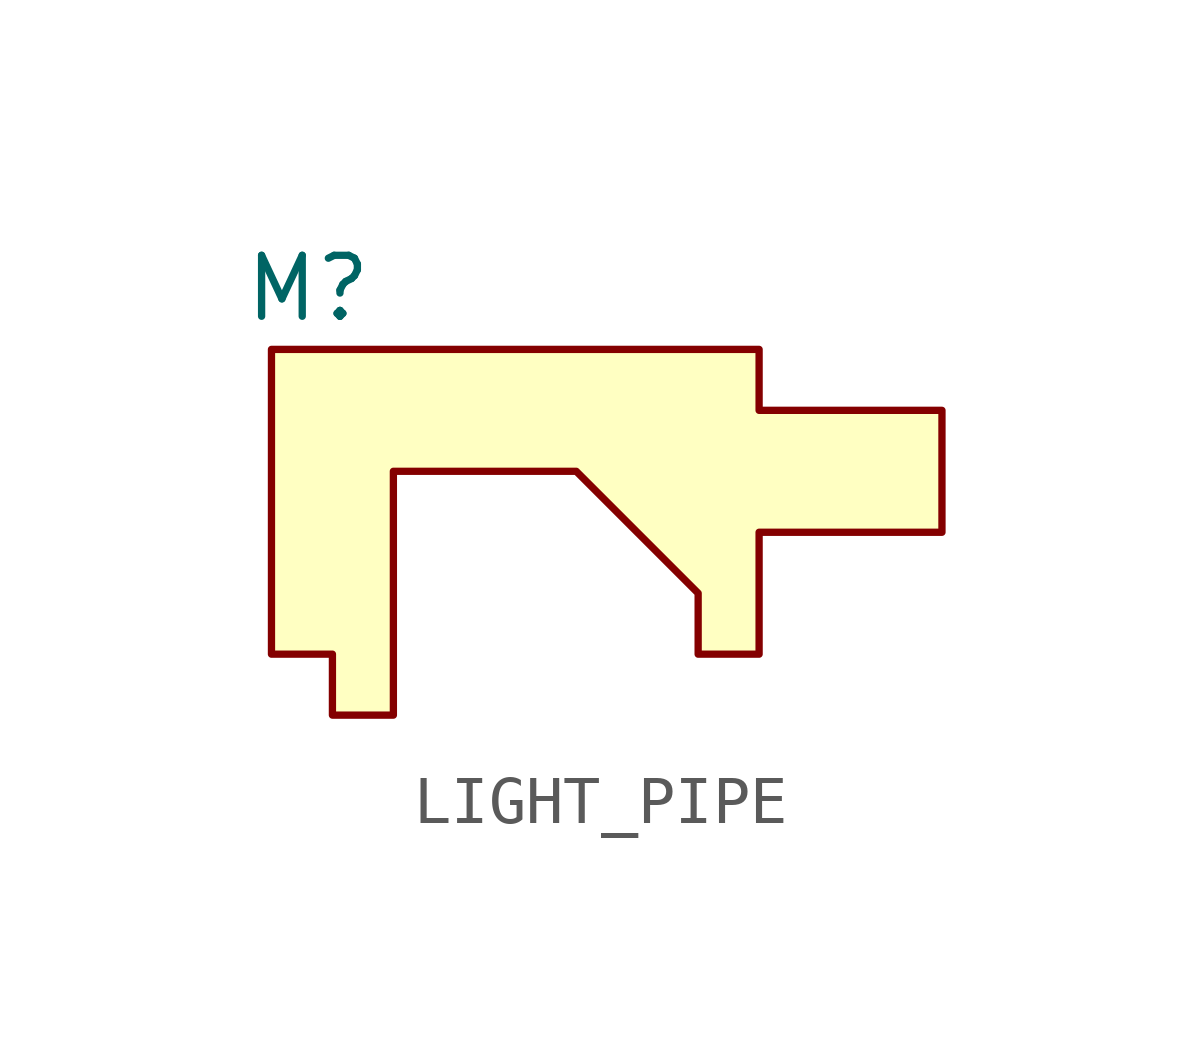
<source format=kicad_sym>
(kicad_symbol_lib
  (version 20231120)
  (generator "kicad_symbol_editor")
  (generator_version "8.0")
  (symbol "LIGHT_PIPE"
    (property "Reference" "M"
      (at 0.762 1.27 0)
      (effects (font (size 1.27 1.27))))
    (property "Value" ""
      (at 0 0 0)
      (effects (font (size 1.27 1.27))))
    (symbol "LIGHT_PIPE_1_1"
      (polyline (pts (xy 1.27 -7.62) (xy 1.27 -6.35) (xy 0 -6.35) (xy 0 0) (xy 10.16 0) (xy 10.16 -1.27) (xy 13.97 -1.27) (xy 13.97 -3.81) (xy 10.16 -3.81) (xy 10.16 -6.35) (xy 8.89 -6.35) (xy 8.89 -5.08) (xy 6.35 -2.54) (xy 2.54 -2.54) (xy 2.54 -7.62) (xy 1.27 -7.62)) (stroke (width 0) (type default)) (fill (type background))))))
</source>
